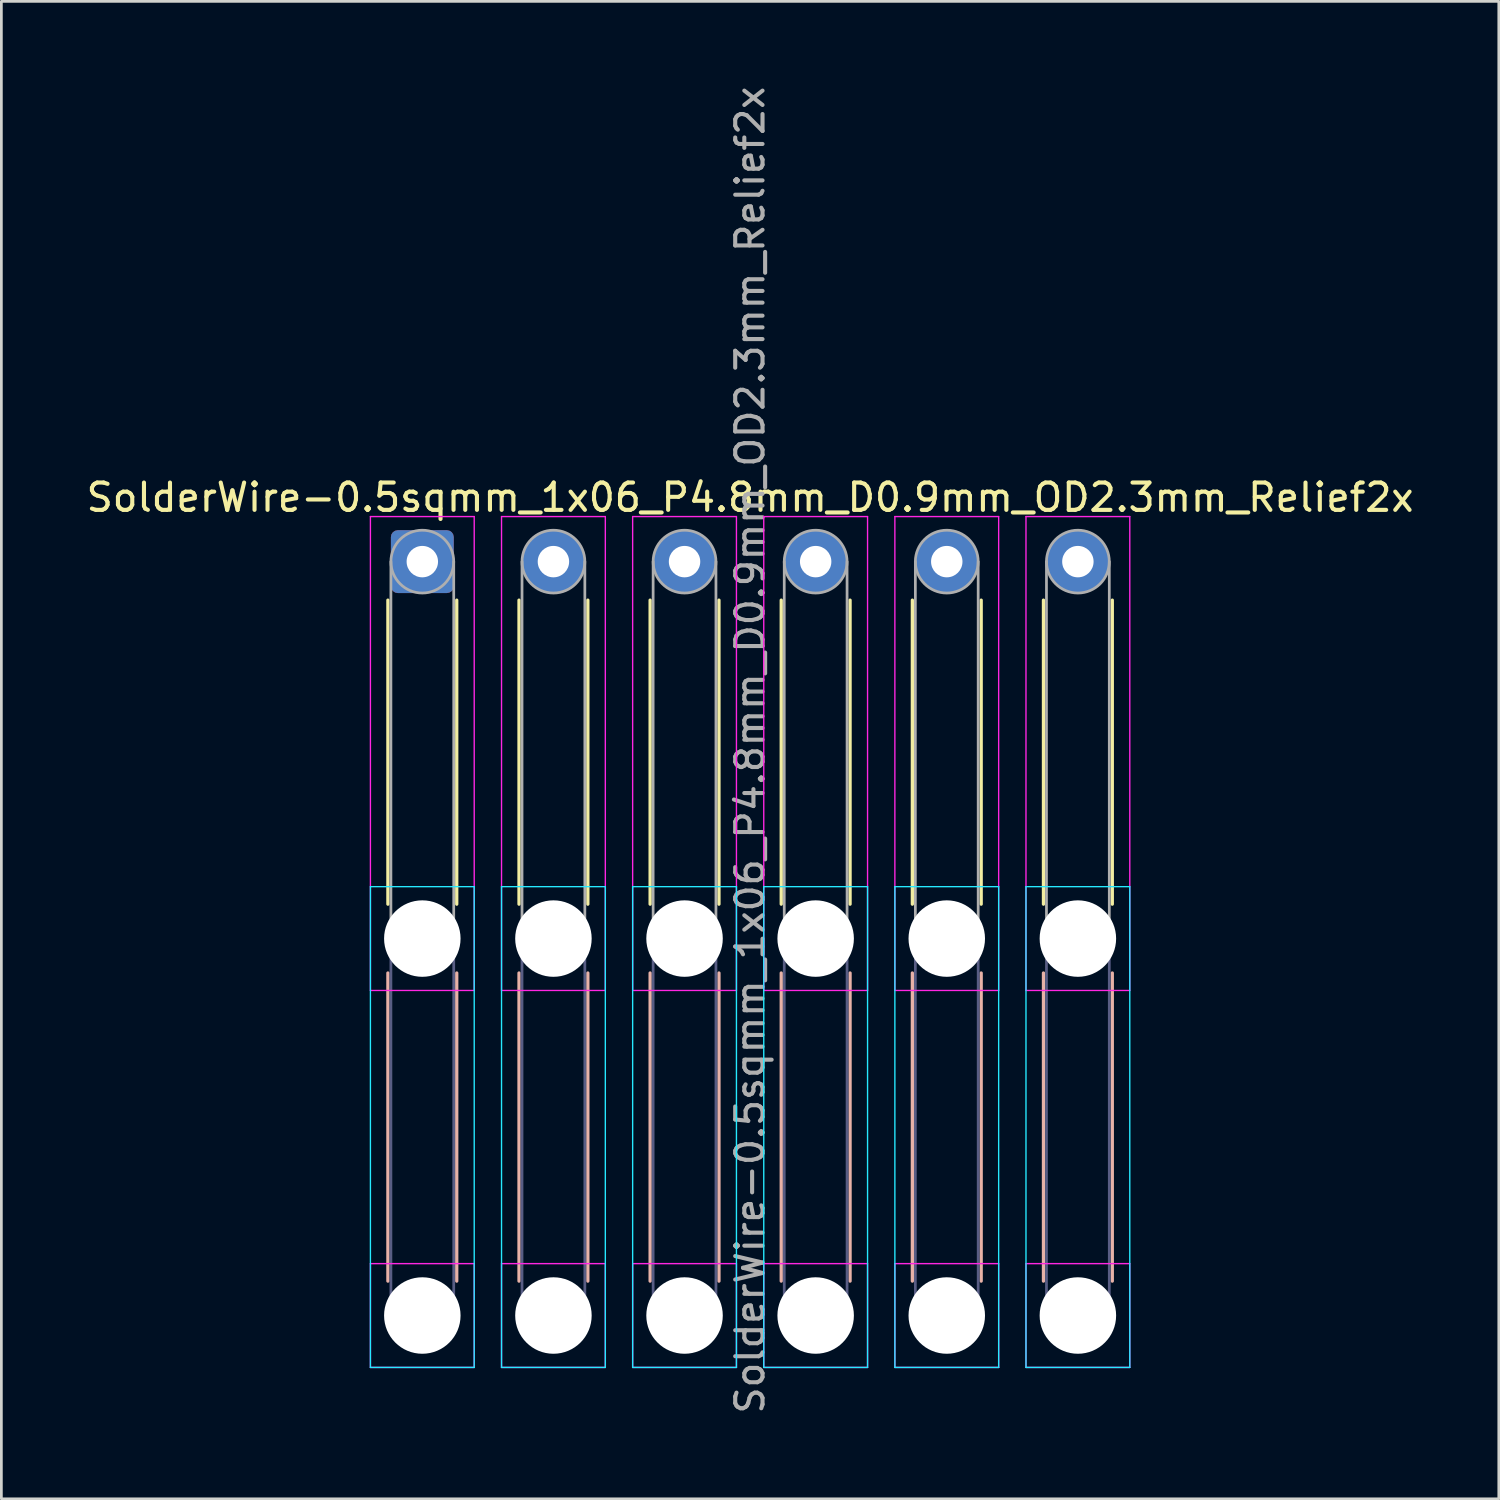
<source format=kicad_pcb>
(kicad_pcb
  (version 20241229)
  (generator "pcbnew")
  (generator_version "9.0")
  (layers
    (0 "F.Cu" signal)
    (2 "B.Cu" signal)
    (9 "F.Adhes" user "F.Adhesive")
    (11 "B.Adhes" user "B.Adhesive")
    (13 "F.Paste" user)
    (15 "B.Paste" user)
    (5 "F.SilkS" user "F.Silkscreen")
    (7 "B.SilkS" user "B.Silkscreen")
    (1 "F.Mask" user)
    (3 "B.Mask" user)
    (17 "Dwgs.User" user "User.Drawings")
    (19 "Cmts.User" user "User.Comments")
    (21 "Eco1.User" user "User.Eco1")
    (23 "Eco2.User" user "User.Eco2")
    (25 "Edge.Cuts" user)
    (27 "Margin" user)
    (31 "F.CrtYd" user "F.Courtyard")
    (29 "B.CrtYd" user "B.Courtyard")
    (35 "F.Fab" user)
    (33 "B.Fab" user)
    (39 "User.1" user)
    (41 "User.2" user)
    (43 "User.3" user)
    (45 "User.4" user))
  (footprint "SolderWire-0.5sqmm_1x06_P4.8mm_D0.9mm_OD2.3mm_Relief2x"
    (layer "F.Cu")
    (at 12.411 17.511)
    (property "Reference" "SolderWire-0.5sqmm_1x06_P4.8mm_D0.9mm_OD2.3mm_Relief2x" (at 12 -2.35 0) (layer "F.SilkS") (effects (font (size 1 1) (thickness 0.15))))
    (attr exclude_from_pos_files exclude_from_bom)
    (fp_line (start -1.26 1.41) (end -1.26 12.54) (stroke (width 0.12) (type solid)) (layer "F.SilkS"))
    (fp_line (start 1.26 1.41) (end 1.26 12.54) (stroke (width 0.12) (type solid)) (layer "F.SilkS"))
    (fp_line (start 3.54 1.41) (end 3.54 12.54) (stroke (width 0.12) (type solid)) (layer "F.SilkS"))
    (fp_line (start 6.06 1.41) (end 6.06 12.54) (stroke (width 0.12) (type solid)) (layer "F.SilkS"))
    (fp_line (start 8.34 1.41) (end 8.34 12.54) (stroke (width 0.12) (type solid)) (layer "F.SilkS"))
    (fp_line (start 10.86 1.41) (end 10.86 12.54) (stroke (width 0.12) (type solid)) (layer "F.SilkS"))
    (fp_line (start 13.14 1.41) (end 13.14 12.54) (stroke (width 0.12) (type solid)) (layer "F.SilkS"))
    (fp_line (start 15.66 1.41) (end 15.66 12.54) (stroke (width 0.12) (type solid)) (layer "F.SilkS"))
    (fp_line (start 17.94 1.41) (end 17.94 12.54) (stroke (width 0.12) (type solid)) (layer "F.SilkS"))
    (fp_line (start 20.46 1.41) (end 20.46 12.54) (stroke (width 0.12) (type solid)) (layer "F.SilkS"))
    (fp_line (start 22.74 1.41) (end 22.74 12.54) (stroke (width 0.12) (type solid)) (layer "F.SilkS"))
    (fp_line (start 25.26 1.41) (end 25.26 12.54) (stroke (width 0.12) (type solid)) (layer "F.SilkS"))
    (fp_line (start -1.26 15.06) (end -1.26 26.34) (stroke (width 0.12) (type solid)) (layer "B.SilkS"))
    (fp_line (start 1.26 15.06) (end 1.26 26.34) (stroke (width 0.12) (type solid)) (layer "B.SilkS"))
    (fp_line (start 3.54 15.06) (end 3.54 26.34) (stroke (width 0.12) (type solid)) (layer "B.SilkS"))
    (fp_line (start 6.06 15.06) (end 6.06 26.34) (stroke (width 0.12) (type solid)) (layer "B.SilkS"))
    (fp_line (start 8.34 15.06) (end 8.34 26.34) (stroke (width 0.12) (type solid)) (layer "B.SilkS"))
    (fp_line (start 10.86 15.06) (end 10.86 26.34) (stroke (width 0.12) (type solid)) (layer "B.SilkS"))
    (fp_line (start 13.14 15.06) (end 13.14 26.34) (stroke (width 0.12) (type solid)) (layer "B.SilkS"))
    (fp_line (start 15.66 15.06) (end 15.66 26.34) (stroke (width 0.12) (type solid)) (layer "B.SilkS"))
    (fp_line (start 17.94 15.06) (end 17.94 26.34) (stroke (width 0.12) (type solid)) (layer "B.SilkS"))
    (fp_line (start 20.46 15.06) (end 20.46 26.34) (stroke (width 0.12) (type solid)) (layer "B.SilkS"))
    (fp_line (start 22.74 15.06) (end 22.74 26.34) (stroke (width 0.12) (type solid)) (layer "B.SilkS"))
    (fp_line (start 25.26 15.06) (end 25.26 26.34) (stroke (width 0.12) (type solid)) (layer "B.SilkS"))
    (fp_line (start -1.9 11.9) (end -1.9 29.5) (stroke (width 0.05) (type solid)) (layer "B.CrtYd"))
    (fp_line (start -1.9 29.5) (end 1.9 29.5) (stroke (width 0.05) (type solid)) (layer "B.CrtYd"))
    (fp_line (start 1.9 11.9) (end -1.9 11.9) (stroke (width 0.05) (type solid)) (layer "B.CrtYd"))
    (fp_line (start 1.9 29.5) (end 1.9 11.9) (stroke (width 0.05) (type solid)) (layer "B.CrtYd"))
    (fp_line (start 2.9 11.9) (end 2.9 29.5) (stroke (width 0.05) (type solid)) (layer "B.CrtYd"))
    (fp_line (start 2.9 29.5) (end 6.7 29.5) (stroke (width 0.05) (type solid)) (layer "B.CrtYd"))
    (fp_line (start 6.7 11.9) (end 2.9 11.9) (stroke (width 0.05) (type solid)) (layer "B.CrtYd"))
    (fp_line (start 6.7 29.5) (end 6.7 11.9) (stroke (width 0.05) (type solid)) (layer "B.CrtYd"))
    (fp_line (start 7.7 11.9) (end 7.7 29.5) (stroke (width 0.05) (type solid)) (layer "B.CrtYd"))
    (fp_line (start 7.7 29.5) (end 11.5 29.5) (stroke (width 0.05) (type solid)) (layer "B.CrtYd"))
    (fp_line (start 11.5 11.9) (end 7.7 11.9) (stroke (width 0.05) (type solid)) (layer "B.CrtYd"))
    (fp_line (start 11.5 29.5) (end 11.5 11.9) (stroke (width 0.05) (type solid)) (layer "B.CrtYd"))
    (fp_line (start 12.5 11.9) (end 12.5 29.5) (stroke (width 0.05) (type solid)) (layer "B.CrtYd"))
    (fp_line (start 12.5 29.5) (end 16.3 29.5) (stroke (width 0.05) (type solid)) (layer "B.CrtYd"))
    (fp_line (start 16.3 11.9) (end 12.5 11.9) (stroke (width 0.05) (type solid)) (layer "B.CrtYd"))
    (fp_line (start 16.3 29.5) (end 16.3 11.9) (stroke (width 0.05) (type solid)) (layer "B.CrtYd"))
    (fp_line (start 17.3 11.9) (end 17.3 29.5) (stroke (width 0.05) (type solid)) (layer "B.CrtYd"))
    (fp_line (start 17.3 29.5) (end 21.1 29.5) (stroke (width 0.05) (type solid)) (layer "B.CrtYd"))
    (fp_line (start 21.1 11.9) (end 17.3 11.9) (stroke (width 0.05) (type solid)) (layer "B.CrtYd"))
    (fp_line (start 21.1 29.5) (end 21.1 11.9) (stroke (width 0.05) (type solid)) (layer "B.CrtYd"))
    (fp_line (start 22.1 11.9) (end 22.1 29.5) (stroke (width 0.05) (type solid)) (layer "B.CrtYd"))
    (fp_line (start 22.1 29.5) (end 25.9 29.5) (stroke (width 0.05) (type solid)) (layer "B.CrtYd"))
    (fp_line (start 25.9 11.9) (end 22.1 11.9) (stroke (width 0.05) (type solid)) (layer "B.CrtYd"))
    (fp_line (start 25.9 29.5) (end 25.9 11.9) (stroke (width 0.05) (type solid)) (layer "B.CrtYd"))
    (fp_line (start -1.9 -1.65) (end -1.9 15.7) (stroke (width 0.05) (type solid)) (layer "F.CrtYd"))
    (fp_line (start -1.9 15.7) (end 1.9 15.7) (stroke (width 0.05) (type solid)) (layer "F.CrtYd"))
    (fp_line (start -1.9 25.7) (end -1.9 29.5) (stroke (width 0.05) (type solid)) (layer "F.CrtYd"))
    (fp_line (start -1.9 29.5) (end 1.9 29.5) (stroke (width 0.05) (type solid)) (layer "F.CrtYd"))
    (fp_line (start 1.9 -1.65) (end -1.9 -1.65) (stroke (width 0.05) (type solid)) (layer "F.CrtYd"))
    (fp_line (start 1.9 15.7) (end 1.9 -1.65) (stroke (width 0.05) (type solid)) (layer "F.CrtYd"))
    (fp_line (start 1.9 25.7) (end -1.9 25.7) (stroke (width 0.05) (type solid)) (layer "F.CrtYd"))
    (fp_line (start 1.9 29.5) (end 1.9 25.7) (stroke (width 0.05) (type solid)) (layer "F.CrtYd"))
    (fp_line (start 2.9 -1.65) (end 2.9 15.7) (stroke (width 0.05) (type solid)) (layer "F.CrtYd"))
    (fp_line (start 2.9 15.7) (end 6.7 15.7) (stroke (width 0.05) (type solid)) (layer "F.CrtYd"))
    (fp_line (start 2.9 25.7) (end 2.9 29.5) (stroke (width 0.05) (type solid)) (layer "F.CrtYd"))
    (fp_line (start 2.9 29.5) (end 6.7 29.5) (stroke (width 0.05) (type solid)) (layer "F.CrtYd"))
    (fp_line (start 6.7 -1.65) (end 2.9 -1.65) (stroke (width 0.05) (type solid)) (layer "F.CrtYd"))
    (fp_line (start 6.7 15.7) (end 6.7 -1.65) (stroke (width 0.05) (type solid)) (layer "F.CrtYd"))
    (fp_line (start 6.7 25.7) (end 2.9 25.7) (stroke (width 0.05) (type solid)) (layer "F.CrtYd"))
    (fp_line (start 6.7 29.5) (end 6.7 25.7) (stroke (width 0.05) (type solid)) (layer "F.CrtYd"))
    (fp_line (start 7.7 -1.65) (end 7.7 15.7) (stroke (width 0.05) (type solid)) (layer "F.CrtYd"))
    (fp_line (start 7.7 15.7) (end 11.5 15.7) (stroke (width 0.05) (type solid)) (layer "F.CrtYd"))
    (fp_line (start 7.7 25.7) (end 7.7 29.5) (stroke (width 0.05) (type solid)) (layer "F.CrtYd"))
    (fp_line (start 7.7 29.5) (end 11.5 29.5) (stroke (width 0.05) (type solid)) (layer "F.CrtYd"))
    (fp_line (start 11.5 -1.65) (end 7.7 -1.65) (stroke (width 0.05) (type solid)) (layer "F.CrtYd"))
    (fp_line (start 11.5 15.7) (end 11.5 -1.65) (stroke (width 0.05) (type solid)) (layer "F.CrtYd"))
    (fp_line (start 11.5 25.7) (end 7.7 25.7) (stroke (width 0.05) (type solid)) (layer "F.CrtYd"))
    (fp_line (start 11.5 29.5) (end 11.5 25.7) (stroke (width 0.05) (type solid)) (layer "F.CrtYd"))
    (fp_line (start 12.5 -1.65) (end 12.5 15.7) (stroke (width 0.05) (type solid)) (layer "F.CrtYd"))
    (fp_line (start 12.5 15.7) (end 16.3 15.7) (stroke (width 0.05) (type solid)) (layer "F.CrtYd"))
    (fp_line (start 12.5 25.7) (end 12.5 29.5) (stroke (width 0.05) (type solid)) (layer "F.CrtYd"))
    (fp_line (start 12.5 29.5) (end 16.3 29.5) (stroke (width 0.05) (type solid)) (layer "F.CrtYd"))
    (fp_line (start 16.3 -1.65) (end 12.5 -1.65) (stroke (width 0.05) (type solid)) (layer "F.CrtYd"))
    (fp_line (start 16.3 15.7) (end 16.3 -1.65) (stroke (width 0.05) (type solid)) (layer "F.CrtYd"))
    (fp_line (start 16.3 25.7) (end 12.5 25.7) (stroke (width 0.05) (type solid)) (layer "F.CrtYd"))
    (fp_line (start 16.3 29.5) (end 16.3 25.7) (stroke (width 0.05) (type solid)) (layer "F.CrtYd"))
    (fp_line (start 17.3 -1.65) (end 17.3 15.7) (stroke (width 0.05) (type solid)) (layer "F.CrtYd"))
    (fp_line (start 17.3 15.7) (end 21.1 15.7) (stroke (width 0.05) (type solid)) (layer "F.CrtYd"))
    (fp_line (start 17.3 25.7) (end 17.3 29.5) (stroke (width 0.05) (type solid)) (layer "F.CrtYd"))
    (fp_line (start 17.3 29.5) (end 21.1 29.5) (stroke (width 0.05) (type solid)) (layer "F.CrtYd"))
    (fp_line (start 21.1 -1.65) (end 17.3 -1.65) (stroke (width 0.05) (type solid)) (layer "F.CrtYd"))
    (fp_line (start 21.1 15.7) (end 21.1 -1.65) (stroke (width 0.05) (type solid)) (layer "F.CrtYd"))
    (fp_line (start 21.1 25.7) (end 17.3 25.7) (stroke (width 0.05) (type solid)) (layer "F.CrtYd"))
    (fp_line (start 21.1 29.5) (end 21.1 25.7) (stroke (width 0.05) (type solid)) (layer "F.CrtYd"))
    (fp_line (start 22.1 -1.65) (end 22.1 15.7) (stroke (width 0.05) (type solid)) (layer "F.CrtYd"))
    (fp_line (start 22.1 15.7) (end 25.9 15.7) (stroke (width 0.05) (type solid)) (layer "F.CrtYd"))
    (fp_line (start 22.1 25.7) (end 22.1 29.5) (stroke (width 0.05) (type solid)) (layer "F.CrtYd"))
    (fp_line (start 22.1 29.5) (end 25.9 29.5) (stroke (width 0.05) (type solid)) (layer "F.CrtYd"))
    (fp_line (start 25.9 -1.65) (end 22.1 -1.65) (stroke (width 0.05) (type solid)) (layer "F.CrtYd"))
    (fp_line (start 25.9 15.7) (end 25.9 -1.65) (stroke (width 0.05) (type solid)) (layer "F.CrtYd"))
    (fp_line (start 25.9 25.7) (end 22.1 25.7) (stroke (width 0.05) (type solid)) (layer "F.CrtYd"))
    (fp_line (start 25.9 29.5) (end 25.9 25.7) (stroke (width 0.05) (type solid)) (layer "F.CrtYd"))
    (fp_line (start -1.15 13.8) (end -1.15 27.6) (stroke (width 0.1) (type solid)) (layer "B.Fab"))
    (fp_line (start 1.15 13.8) (end 1.15 27.6) (stroke (width 0.1) (type solid)) (layer "B.Fab"))
    (fp_line (start 3.65 13.8) (end 3.65 27.6) (stroke (width 0.1) (type solid)) (layer "B.Fab"))
    (fp_line (start 5.95 13.8) (end 5.95 27.6) (stroke (width 0.1) (type solid)) (layer "B.Fab"))
    (fp_line (start 8.45 13.8) (end 8.45 27.6) (stroke (width 0.1) (type solid)) (layer "B.Fab"))
    (fp_line (start 10.75 13.8) (end 10.75 27.6) (stroke (width 0.1) (type solid)) (layer "B.Fab"))
    (fp_line (start 13.25 13.8) (end 13.25 27.6) (stroke (width 0.1) (type solid)) (layer "B.Fab"))
    (fp_line (start 15.55 13.8) (end 15.55 27.6) (stroke (width 0.1) (type solid)) (layer "B.Fab"))
    (fp_line (start 18.05 13.8) (end 18.05 27.6) (stroke (width 0.1) (type solid)) (layer "B.Fab"))
    (fp_line (start 20.35 13.8) (end 20.35 27.6) (stroke (width 0.1) (type solid)) (layer "B.Fab"))
    (fp_line (start 22.85 13.8) (end 22.85 27.6) (stroke (width 0.1) (type solid)) (layer "B.Fab"))
    (fp_line (start 25.15 13.8) (end 25.15 27.6) (stroke (width 0.1) (type solid)) (layer "B.Fab"))
    (fp_circle (center 0 13.8) (end 1.15 13.8) (stroke (width 0.1) (type solid)) (fill no) (layer "B.Fab"))
    (fp_circle (center 0 27.6) (end 1.15 27.6) (stroke (width 0.1) (type solid)) (fill no) (layer "B.Fab"))
    (fp_circle (center 4.8 13.8) (end 5.95 13.8) (stroke (width 0.1) (type solid)) (fill no) (layer "B.Fab"))
    (fp_circle (center 4.8 27.6) (end 5.95 27.6) (stroke (width 0.1) (type solid)) (fill no) (layer "B.Fab"))
    (fp_circle (center 9.6 13.8) (end 10.75 13.8) (stroke (width 0.1) (type solid)) (fill no) (layer "B.Fab"))
    (fp_circle (center 9.6 27.6) (end 10.75 27.6) (stroke (width 0.1) (type solid)) (fill no) (layer "B.Fab"))
    (fp_circle (center 14.4 13.8) (end 15.55 13.8) (stroke (width 0.1) (type solid)) (fill no) (layer "B.Fab"))
    (fp_circle (center 14.4 27.6) (end 15.55 27.6) (stroke (width 0.1) (type solid)) (fill no) (layer "B.Fab"))
    (fp_circle (center 19.2 13.8) (end 20.35 13.8) (stroke (width 0.1) (type solid)) (fill no) (layer "B.Fab"))
    (fp_circle (center 19.2 27.6) (end 20.35 27.6) (stroke (width 0.1) (type solid)) (fill no) (layer "B.Fab"))
    (fp_circle (center 24 13.8) (end 25.15 13.8) (stroke (width 0.1) (type solid)) (fill no) (layer "B.Fab"))
    (fp_circle (center 24 27.6) (end 25.15 27.6) (stroke (width 0.1) (type solid)) (fill no) (layer "B.Fab"))
    (fp_line (start -1.15 0) (end -1.15 13.8) (stroke (width 0.1) (type solid)) (layer "F.Fab"))
    (fp_line (start 1.15 0) (end 1.15 13.8) (stroke (width 0.1) (type solid)) (layer "F.Fab"))
    (fp_line (start 3.65 0) (end 3.65 13.8) (stroke (width 0.1) (type solid)) (layer "F.Fab"))
    (fp_line (start 5.95 0) (end 5.95 13.8) (stroke (width 0.1) (type solid)) (layer "F.Fab"))
    (fp_line (start 8.45 0) (end 8.45 13.8) (stroke (width 0.1) (type solid)) (layer "F.Fab"))
    (fp_line (start 10.75 0) (end 10.75 13.8) (stroke (width 0.1) (type solid)) (layer "F.Fab"))
    (fp_line (start 13.25 0) (end 13.25 13.8) (stroke (width 0.1) (type solid)) (layer "F.Fab"))
    (fp_line (start 15.55 0) (end 15.55 13.8) (stroke (width 0.1) (type solid)) (layer "F.Fab"))
    (fp_line (start 18.05 0) (end 18.05 13.8) (stroke (width 0.1) (type solid)) (layer "F.Fab"))
    (fp_line (start 20.35 0) (end 20.35 13.8) (stroke (width 0.1) (type solid)) (layer "F.Fab"))
    (fp_line (start 22.85 0) (end 22.85 13.8) (stroke (width 0.1) (type solid)) (layer "F.Fab"))
    (fp_line (start 25.15 0) (end 25.15 13.8) (stroke (width 0.1) (type solid)) (layer "F.Fab"))
    (fp_circle (center 0 0) (end 1.15 0) (stroke (width 0.1) (type solid)) (fill no) (layer "F.Fab"))
    (fp_circle (center 0 13.8) (end 1.15 13.8) (stroke (width 0.1) (type solid)) (fill no) (layer "F.Fab"))
    (fp_circle (center 0 27.6) (end 1.15 27.6) (stroke (width 0.1) (type solid)) (fill no) (layer "F.Fab"))
    (fp_circle (center 4.8 0) (end 5.95 0) (stroke (width 0.1) (type solid)) (fill no) (layer "F.Fab"))
    (fp_circle (center 4.8 13.8) (end 5.95 13.8) (stroke (width 0.1) (type solid)) (fill no) (layer "F.Fab"))
    (fp_circle (center 4.8 27.6) (end 5.95 27.6) (stroke (width 0.1) (type solid)) (fill no) (layer "F.Fab"))
    (fp_circle (center 9.6 0) (end 10.75 0) (stroke (width 0.1) (type solid)) (fill no) (layer "F.Fab"))
    (fp_circle (center 9.6 13.8) (end 10.75 13.8) (stroke (width 0.1) (type solid)) (fill no) (layer "F.Fab"))
    (fp_circle (center 9.6 27.6) (end 10.75 27.6) (stroke (width 0.1) (type solid)) (fill no) (layer "F.Fab"))
    (fp_circle (center 14.4 0) (end 15.55 0) (stroke (width 0.1) (type solid)) (fill no) (layer "F.Fab"))
    (fp_circle (center 14.4 13.8) (end 15.55 13.8) (stroke (width 0.1) (type solid)) (fill no) (layer "F.Fab"))
    (fp_circle (center 14.4 27.6) (end 15.55 27.6) (stroke (width 0.1) (type solid)) (fill no) (layer "F.Fab"))
    (fp_circle (center 19.2 0) (end 20.35 0) (stroke (width 0.1) (type solid)) (fill no) (layer "F.Fab"))
    (fp_circle (center 19.2 13.8) (end 20.35 13.8) (stroke (width 0.1) (type solid)) (fill no) (layer "F.Fab"))
    (fp_circle (center 19.2 27.6) (end 20.35 27.6) (stroke (width 0.1) (type solid)) (fill no) (layer "F.Fab"))
    (fp_circle (center 24 0) (end 25.15 0) (stroke (width 0.1) (type solid)) (fill no) (layer "F.Fab"))
    (fp_circle (center 24 13.8) (end 25.15 13.8) (stroke (width 0.1) (type solid)) (fill no) (layer "F.Fab"))
    (fp_circle (center 24 27.6) (end 25.15 27.6) (stroke (width 0.1) (type solid)) (fill no) (layer "F.Fab"))
    (fp_text user "${REFERENCE}" (at 12 6.9 90) (layer "F.Fab") (effects (font (size 1 1) (thickness 0.15))))
    (pad "" np_thru_hole circle (at 0 13.8) (size 2.8 2.8) (drill 2.8) (layers "*.Cu" "*.Mask"))
    (pad "" np_thru_hole circle (at 0 27.6) (size 2.8 2.8) (drill 2.8) (layers "*.Cu" "*.Mask"))
    (pad "" np_thru_hole circle (at 4.8 13.8) (size 2.8 2.8) (drill 2.8) (layers "*.Cu" "*.Mask"))
    (pad "" np_thru_hole circle (at 4.8 27.6) (size 2.8 2.8) (drill 2.8) (layers "*.Cu" "*.Mask"))
    (pad "" np_thru_hole circle (at 9.6 13.8) (size 2.8 2.8) (drill 2.8) (layers "*.Cu" "*.Mask"))
    (pad "" np_thru_hole circle (at 9.6 27.6) (size 2.8 2.8) (drill 2.8) (layers "*.Cu" "*.Mask"))
    (pad "" np_thru_hole circle (at 14.4 13.8) (size 2.8 2.8) (drill 2.8) (layers "*.Cu" "*.Mask"))
    (pad "" np_thru_hole circle (at 14.4 27.6) (size 2.8 2.8) (drill 2.8) (layers "*.Cu" "*.Mask"))
    (pad "" np_thru_hole circle (at 19.2 13.8) (size 2.8 2.8) (drill 2.8) (layers "*.Cu" "*.Mask"))
    (pad "" np_thru_hole circle (at 19.2 27.6) (size 2.8 2.8) (drill 2.8) (layers "*.Cu" "*.Mask"))
    (pad "" np_thru_hole circle (at 24 13.8) (size 2.8 2.8) (drill 2.8) (layers "*.Cu" "*.Mask"))
    (pad "" np_thru_hole circle (at 24 27.6) (size 2.8 2.8) (drill 2.8) (layers "*.Cu" "*.Mask"))
    (pad "1" thru_hole roundrect (at 0 0) (size 2.3 2.3) (drill 1.15) (layers "*.Cu" "*.Mask") (roundrect_rratio 0.109))
    (pad "2" thru_hole circle (at 4.8 0) (size 2.3 2.3) (drill 1.15) (layers "*.Cu" "*.Mask"))
    (pad "3" thru_hole circle (at 9.6 0) (size 2.3 2.3) (drill 1.15) (layers "*.Cu" "*.Mask"))
    (pad "4" thru_hole circle (at 14.4 0) (size 2.3 2.3) (drill 1.15) (layers "*.Cu" "*.Mask"))
    (pad "5" thru_hole circle (at 19.2 0) (size 2.3 2.3) (drill 1.15) (layers "*.Cu" "*.Mask"))
    (pad "6" thru_hole circle (at 24 0) (size 2.3 2.3) (drill 1.15) (layers "*.Cu" "*.Mask")))
  (gr_rect
    (start -3 -3)
    (end 51.821 51.821)
    (stroke (width 0.1) (type default))
    (fill no)
    (layer "Edge.Cuts")))
</source>
